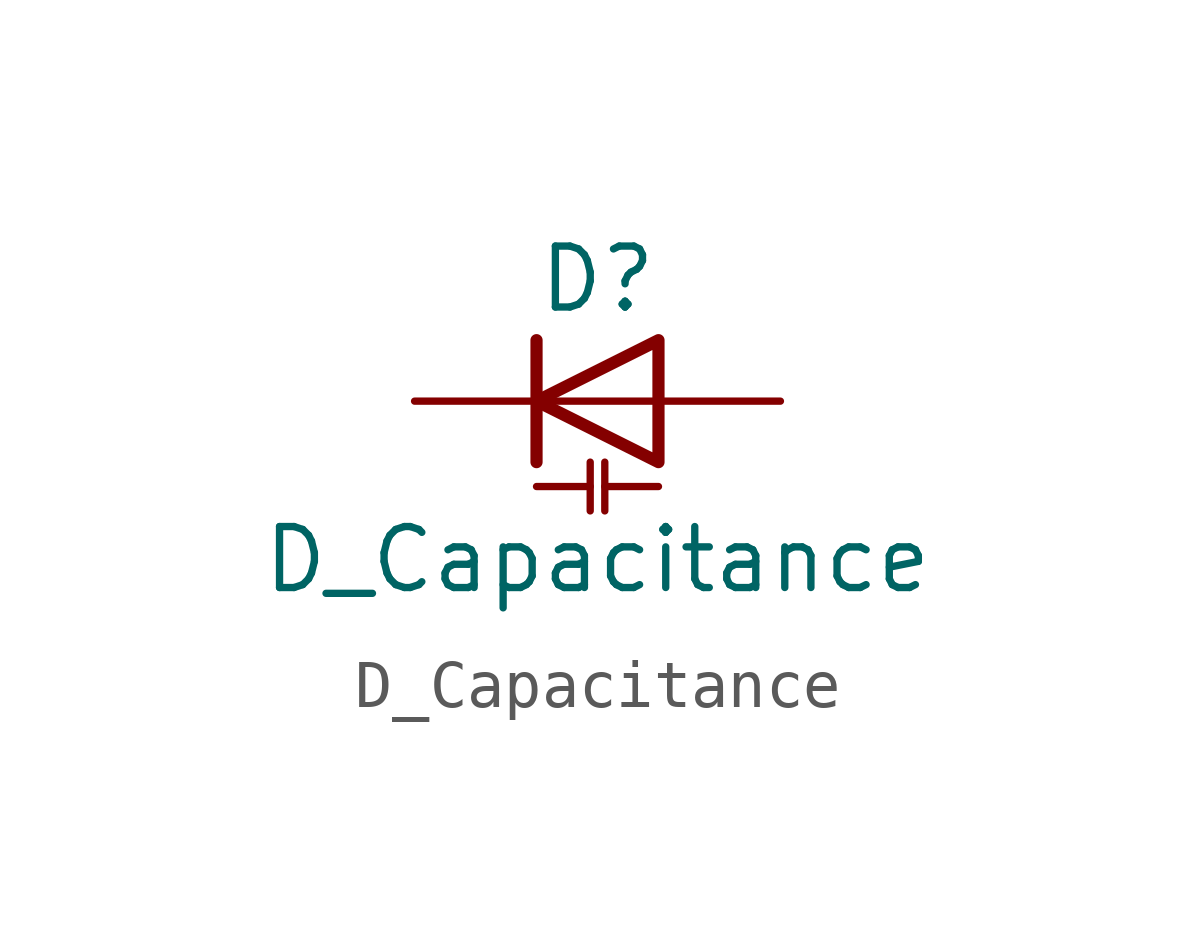
<source format=kicad_sym>
(kicad_symbol_lib
  (version 20201005)
  (generator kicad_symbol_editor)
  (symbol "D_Capacitance"
    (pin_numbers hide)
    (pin_names
      (offset 1.016) hide)
    (property "Reference" "D"
      (at 0 2.54 0)
      (effects (font (size 1.27 1.27))))
    (property "Value" "D_Capacitance"
      (at 0 -3.302 0)
      (effects (font (size 1.27 1.27))))
    (symbol "D_Capacitance_0_1"
      (polyline (pts (xy -1.27 -1.778) (xy -0.152 -1.778)) (stroke (width 0)) (fill (type none)))
      (polyline (pts (xy -1.27 0) (xy 1.27 0)) (stroke (width 0)) (fill (type none)))
      (polyline (pts (xy -1.27 1.27) (xy -1.27 -1.27)) (stroke (width 0.254)) (fill (type none)))
      (polyline (pts (xy -0.152 -1.27) (xy -0.152 -2.286)) (stroke (width 0)) (fill (type none)))
      (polyline (pts (xy 0.152 -1.778) (xy 1.27 -1.778)) (stroke (width 0)) (fill (type none)))
      (polyline (pts (xy 0.152 -1.27) (xy 0.152 -2.286)) (stroke (width 0)) (fill (type none)))
      (polyline (pts (xy 1.27 1.27) (xy 1.27 -1.27) (xy -1.27 0) (xy 1.27 1.27)) (stroke (width 0.254)) (fill (type none))))
    (symbol "D_Capacitance_1_1"
      (pin passive line (at -3.81 0 0) (length 2.54) (name "K" (effects (font (size 1.27 1.27)))) (number "1" (effects (font (size 1.27 1.27)))))
      (pin passive line (at 3.81 0 180) (length 2.54) (name "A" (effects (font (size 1.27 1.27)))) (number "2" (effects (font (size 1.27 1.27))))))))
</source>
